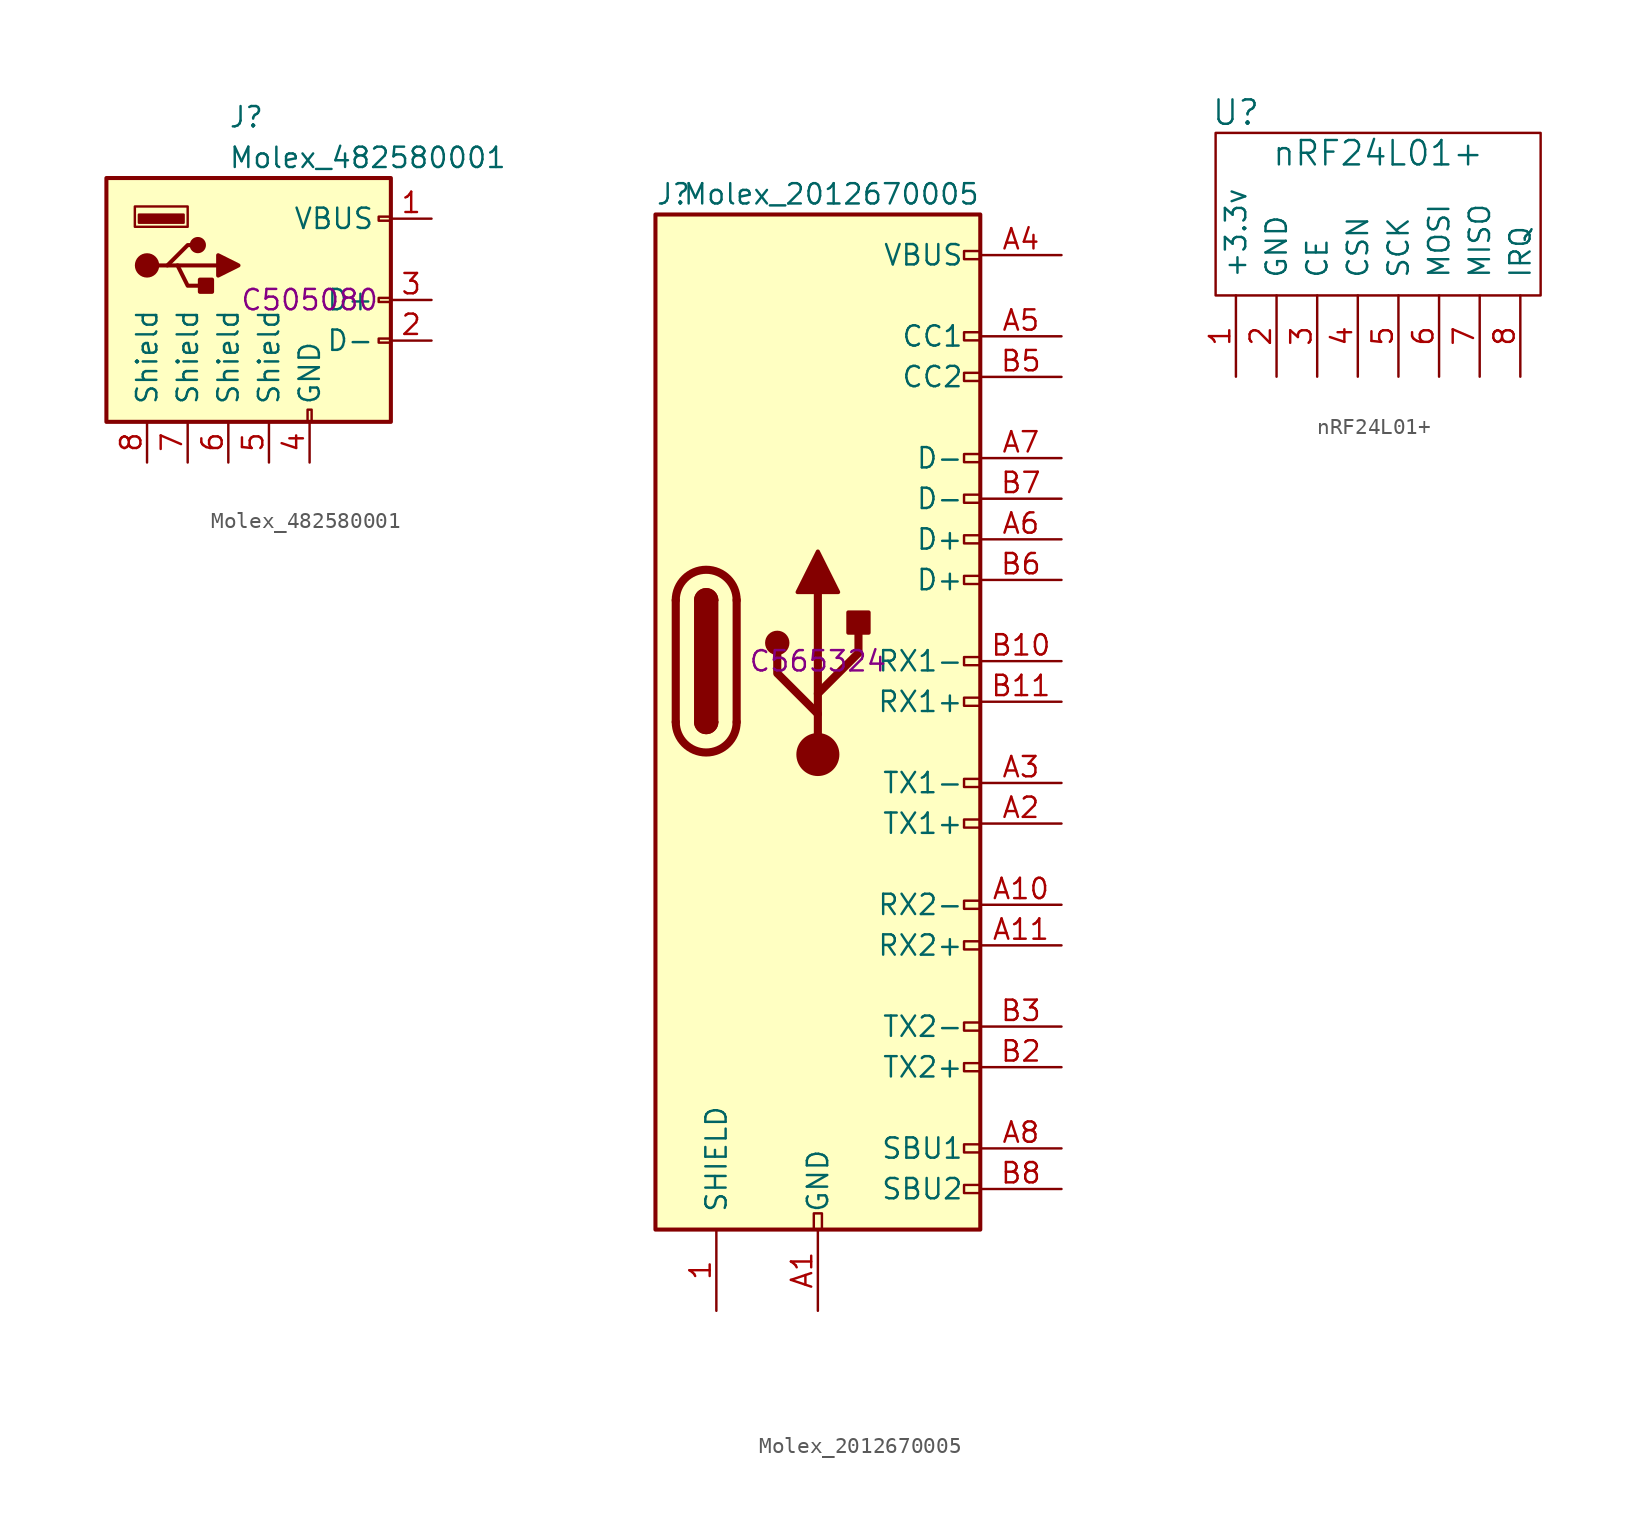
<source format=kicad_sym>
(kicad_symbol_lib
  (version 20231120)
  (generator "kicad_symbol_editor")
  (generator_version "8.0")
  (symbol "Molex_482580001"
    (pin_names
      (offset 1.016))
    (property "Reference" "J"
      (at -5.08 11.43 0)
      (effects (font (size 1.27 1.27)) (justify left)))
    (property "Value" "Molex_482580001"
      (at -5.08 8.89 0)
      (effects (font (size 1.27 1.27)) (justify left)))
    (property "LCSC" "C505080"
      (at 0 0 0)
      (effects (font (size 1.27 1.27))))
    (symbol "Molex_482580001_0_1"
      (rectangle (start -12.7 7.62) (end 5.08 -7.62) (stroke (width 0.254) (type default)) (fill (type background)))
      (circle (center -10.16 2.159) (radius 0.635) (stroke (width 0.254) (type default)) (fill (type outline)))
      (rectangle (start -7.874 4.826) (end -10.668 5.334) (stroke (width 0) (type default)) (fill (type outline)))
      (rectangle (start -7.62 4.572) (end -10.922 5.842) (stroke (width 0) (type default)) (fill (type none)))
      (circle (center -6.985 3.429) (radius 0.381) (stroke (width 0.254) (type default)) (fill (type outline)))
      (rectangle (start -6.096 1.27) (end -6.858 0.508) (stroke (width 0.254) (type default)) (fill (type outline)))
      (rectangle (start -0.127 -7.62) (end 0.127 -6.858) (stroke (width 0) (type default)) (fill (type none)))
      (polyline (pts (xy -9.525 2.159) (xy -8.89 2.159) (xy -7.62 3.429) (xy -6.985 3.429)) (stroke (width 0.254) (type default)) (fill (type none)))
      (polyline (pts (xy -8.89 2.159) (xy -8.255 2.159) (xy -7.62 0.889) (xy -6.35 0.889)) (stroke (width 0.254) (type default)) (fill (type none)))
      (polyline (pts (xy -5.715 2.794) (xy -5.715 1.524) (xy -4.445 2.159) (xy -5.715 2.794)) (stroke (width 0.254) (type default)) (fill (type outline)))
      (rectangle (start 5.08 -2.667) (end 4.318 -2.413) (stroke (width 0) (type default)) (fill (type none)))
      (rectangle (start 5.08 -0.127) (end 4.318 0.127) (stroke (width 0) (type default)) (fill (type none)))
      (rectangle (start 5.08 4.953) (end 4.318 5.207) (stroke (width 0) (type default)) (fill (type none))))
    (symbol "Molex_482580001_1_1"
      (polyline (pts (xy -8.255 2.159) (xy -5.715 2.159)) (stroke (width 0.254) (type default)) (fill (type none)))
      (pin power_in line (at 7.62 5.08 180) (length 2.54) (name "VBUS" (effects (font (size 1.27 1.27)))) (number "1" (effects (font (size 1.27 1.27)))))
      (pin bidirectional line (at 7.62 -2.54 180) (length 2.54) (name "D-" (effects (font (size 1.27 1.27)))) (number "2" (effects (font (size 1.27 1.27)))))
      (pin bidirectional line (at 7.62 0 180) (length 2.54) (name "D+" (effects (font (size 1.27 1.27)))) (number "3" (effects (font (size 1.27 1.27)))))
      (pin power_in line (at 0 -10.16 90) (length 2.54) (name "GND" (effects (font (size 1.27 1.27)))) (number "4" (effects (font (size 1.27 1.27)))))
      (pin passive line (at -2.54 -10.16 90) (length 2.54) (name "Shield" (effects (font (size 1.27 1.27)))) (number "5" (effects (font (size 1.27 1.27)))))
      (pin passive line (at -5.08 -10.16 90) (length 2.54) (name "Shield" (effects (font (size 1.27 1.27)))) (number "6" (effects (font (size 1.27 1.27)))))
      (pin passive line (at -7.62 -10.16 90) (length 2.54) (name "Shield" (effects (font (size 1.27 1.27)))) (number "7" (effects (font (size 1.27 1.27)))))
      (pin passive line (at -10.16 -10.16 90) (length 2.54) (name "Shield" (effects (font (size 1.27 1.27)))) (number "8" (effects (font (size 1.27 1.27)))))))
  (symbol "Molex_2012670005"
    (pin_names
      (offset 1.016))
    (property "Reference" "J"
      (at -10.16 29.21 0)
      (effects (font (size 1.27 1.27)) (justify left)))
    (property "Value" "Molex_2012670005"
      (at 10.16 29.21 0)
      (effects (font (size 1.27 1.27)) (justify right)))
    (property "LCSC" "C565324"
      (at 0 0 0)
      (effects (font (size 1.27 1.27))))
    (symbol "Molex_2012670005_0_0"
      (rectangle (start -0.254 -35.56) (end 0.254 -34.544) (stroke (width 0) (type default)) (fill (type none)))
      (rectangle (start 10.16 -32.766) (end 9.144 -33.274) (stroke (width 0) (type default)) (fill (type none)))
      (rectangle (start 10.16 -30.226) (end 9.144 -30.734) (stroke (width 0) (type default)) (fill (type none)))
      (rectangle (start 10.16 -25.146) (end 9.144 -25.654) (stroke (width 0) (type default)) (fill (type none)))
      (rectangle (start 10.16 -22.606) (end 9.144 -23.114) (stroke (width 0) (type default)) (fill (type none)))
      (rectangle (start 10.16 -17.526) (end 9.144 -18.034) (stroke (width 0) (type default)) (fill (type none)))
      (rectangle (start 10.16 -14.986) (end 9.144 -15.494) (stroke (width 0) (type default)) (fill (type none)))
      (rectangle (start 10.16 -9.906) (end 9.144 -10.414) (stroke (width 0) (type default)) (fill (type none)))
      (rectangle (start 10.16 -7.366) (end 9.144 -7.874) (stroke (width 0) (type default)) (fill (type none)))
      (rectangle (start 10.16 -2.286) (end 9.144 -2.794) (stroke (width 0) (type default)) (fill (type none)))
      (rectangle (start 10.16 0.254) (end 9.144 -0.254) (stroke (width 0) (type default)) (fill (type none)))
      (rectangle (start 10.16 5.334) (end 9.144 4.826) (stroke (width 0) (type default)) (fill (type none)))
      (rectangle (start 10.16 7.874) (end 9.144 7.366) (stroke (width 0) (type default)) (fill (type none)))
      (rectangle (start 10.16 10.414) (end 9.144 9.906) (stroke (width 0) (type default)) (fill (type none)))
      (rectangle (start 10.16 12.954) (end 9.144 12.446) (stroke (width 0) (type default)) (fill (type none)))
      (rectangle (start 10.16 18.034) (end 9.144 17.526) (stroke (width 0) (type default)) (fill (type none)))
      (rectangle (start 10.16 20.574) (end 9.144 20.066) (stroke (width 0) (type default)) (fill (type none)))
      (rectangle (start 10.16 25.654) (end 9.144 25.146) (stroke (width 0) (type default)) (fill (type none))))
    (symbol "Molex_2012670005_0_1"
      (rectangle (start -10.16 27.94) (end 10.16 -35.56) (stroke (width 0.254) (type default)) (fill (type background)))
      (arc (start -8.89 -3.81) (mid -6.985 -5.7067) (end -5.08 -3.81) (stroke (width 0.508) (type default)) (fill (type none)))
      (arc (start -7.62 -3.81) (mid -6.985 -4.4423) (end -6.35 -3.81) (stroke (width 0.254) (type default)) (fill (type none)))
      (arc (start -7.62 -3.81) (mid -6.985 -4.4423) (end -6.35 -3.81) (stroke (width 0.254) (type default)) (fill (type outline)))
      (rectangle (start -7.62 -3.81) (end -6.35 3.81) (stroke (width 0.254) (type default)) (fill (type outline)))
      (arc (start -6.35 3.81) (mid -6.985 4.4423) (end -7.62 3.81) (stroke (width 0.254) (type default)) (fill (type none)))
      (arc (start -6.35 3.81) (mid -6.985 4.4423) (end -7.62 3.81) (stroke (width 0.254) (type default)) (fill (type outline)))
      (arc (start -5.08 3.81) (mid -6.985 5.7067) (end -8.89 3.81) (stroke (width 0.508) (type default)) (fill (type none)))
      (polyline (pts (xy -8.89 -3.81) (xy -8.89 3.81)) (stroke (width 0.508) (type default)) (fill (type none)))
      (polyline (pts (xy -5.08 3.81) (xy -5.08 -3.81)) (stroke (width 0.508) (type default)) (fill (type none))))
    (symbol "Molex_2012670005_1_1"
      (circle (center -2.54 1.143) (radius 0.635) (stroke (width 0.254) (type default)) (fill (type outline)))
      (circle (center 0 -5.842) (radius 1.27) (stroke (width 0) (type default)) (fill (type outline)))
      (polyline (pts (xy 0 -5.842) (xy 0 4.318)) (stroke (width 0.508) (type default)) (fill (type none)))
      (polyline (pts (xy 0 -3.302) (xy -2.54 -0.762) (xy -2.54 0.508)) (stroke (width 0.508) (type default)) (fill (type none)))
      (polyline (pts (xy 0 -2.032) (xy 2.54 0.508) (xy 2.54 1.778)) (stroke (width 0.508) (type default)) (fill (type none)))
      (polyline (pts (xy -1.27 4.318) (xy 0 6.858) (xy 1.27 4.318) (xy -1.27 4.318)) (stroke (width 0.254) (type default)) (fill (type outline)))
      (rectangle (start 1.905 1.778) (end 3.175 3.048) (stroke (width 0.254) (type default)) (fill (type outline)))
      (pin passive line (at -6.35 -40.64 90) (length 5.08) (name "SHIELD" (effects (font (size 1.27 1.27)))) (number "1" (effects (font (size 1.27 1.27)))))
      (pin passive line (at -6.35 -40.64 90) (length 5.08) hide (name "SHIELD" (effects (font (size 1.27 1.27)))) (number "2" (effects (font (size 1.27 1.27)))))
      (pin passive line (at -6.35 -40.64 90) (length 5.08) hide (name "SHIELD" (effects (font (size 1.27 1.27)))) (number "3" (effects (font (size 1.27 1.27)))))
      (pin passive line (at -6.35 -40.64 90) (length 5.08) hide (name "SHIELD" (effects (font (size 1.27 1.27)))) (number "4" (effects (font (size 1.27 1.27)))))
      (pin passive line (at 0 -40.64 90) (length 5.08) (name "GND" (effects (font (size 1.27 1.27)))) (number "A1" (effects (font (size 1.27 1.27)))))
      (pin bidirectional line (at 15.24 -15.24 180) (length 5.08) (name "RX2-" (effects (font (size 1.27 1.27)))) (number "A10" (effects (font (size 1.27 1.27)))))
      (pin bidirectional line (at 15.24 -17.78 180) (length 5.08) (name "RX2+" (effects (font (size 1.27 1.27)))) (number "A11" (effects (font (size 1.27 1.27)))))
      (pin passive line (at 0 -40.64 90) (length 5.08) hide (name "GND" (effects (font (size 1.27 1.27)))) (number "A12" (effects (font (size 1.27 1.27)))))
      (pin bidirectional line (at 15.24 -10.16 180) (length 5.08) (name "TX1+" (effects (font (size 1.27 1.27)))) (number "A2" (effects (font (size 1.27 1.27)))))
      (pin bidirectional line (at 15.24 -7.62 180) (length 5.08) (name "TX1-" (effects (font (size 1.27 1.27)))) (number "A3" (effects (font (size 1.27 1.27)))))
      (pin passive line (at 15.24 25.4 180) (length 5.08) (name "VBUS" (effects (font (size 1.27 1.27)))) (number "A4" (effects (font (size 1.27 1.27)))))
      (pin bidirectional line (at 15.24 20.32 180) (length 5.08) (name "CC1" (effects (font (size 1.27 1.27)))) (number "A5" (effects (font (size 1.27 1.27)))))
      (pin bidirectional line (at 15.24 7.62 180) (length 5.08) (name "D+" (effects (font (size 1.27 1.27)))) (number "A6" (effects (font (size 1.27 1.27)))))
      (pin bidirectional line (at 15.24 12.7 180) (length 5.08) (name "D-" (effects (font (size 1.27 1.27)))) (number "A7" (effects (font (size 1.27 1.27)))))
      (pin bidirectional line (at 15.24 -30.48 180) (length 5.08) (name "SBU1" (effects (font (size 1.27 1.27)))) (number "A8" (effects (font (size 1.27 1.27)))))
      (pin passive line (at 15.24 25.4 180) (length 5.08) hide (name "VBUS" (effects (font (size 1.27 1.27)))) (number "A9" (effects (font (size 1.27 1.27)))))
      (pin passive line (at 0 -40.64 90) (length 5.08) hide (name "GND" (effects (font (size 1.27 1.27)))) (number "B1" (effects (font (size 1.27 1.27)))))
      (pin bidirectional line (at 15.24 0 180) (length 5.08) (name "RX1-" (effects (font (size 1.27 1.27)))) (number "B10" (effects (font (size 1.27 1.27)))))
      (pin bidirectional line (at 15.24 -2.54 180) (length 5.08) (name "RX1+" (effects (font (size 1.27 1.27)))) (number "B11" (effects (font (size 1.27 1.27)))))
      (pin passive line (at 0 -40.64 90) (length 5.08) hide (name "GND" (effects (font (size 1.27 1.27)))) (number "B12" (effects (font (size 1.27 1.27)))))
      (pin bidirectional line (at 15.24 -25.4 180) (length 5.08) (name "TX2+" (effects (font (size 1.27 1.27)))) (number "B2" (effects (font (size 1.27 1.27)))))
      (pin bidirectional line (at 15.24 -22.86 180) (length 5.08) (name "TX2-" (effects (font (size 1.27 1.27)))) (number "B3" (effects (font (size 1.27 1.27)))))
      (pin passive line (at 15.24 25.4 180) (length 5.08) hide (name "VBUS" (effects (font (size 1.27 1.27)))) (number "B4" (effects (font (size 1.27 1.27)))))
      (pin bidirectional line (at 15.24 17.78 180) (length 5.08) (name "CC2" (effects (font (size 1.27 1.27)))) (number "B5" (effects (font (size 1.27 1.27)))))
      (pin bidirectional line (at 15.24 5.08 180) (length 5.08) (name "D+" (effects (font (size 1.27 1.27)))) (number "B6" (effects (font (size 1.27 1.27)))))
      (pin bidirectional line (at 15.24 10.16 180) (length 5.08) (name "D-" (effects (font (size 1.27 1.27)))) (number "B7" (effects (font (size 1.27 1.27)))))
      (pin bidirectional line (at 15.24 -33.02 180) (length 5.08) (name "SBU2" (effects (font (size 1.27 1.27)))) (number "B8" (effects (font (size 1.27 1.27)))))
      (pin passive line (at 15.24 25.4 180) (length 5.08) hide (name "VBUS" (effects (font (size 1.27 1.27)))) (number "B9" (effects (font (size 1.27 1.27)))))))
  (symbol "nRF24L01+"
    (pin_names
      (offset 1.016))
    (property "Reference" "U"
      (at -8.89 6.35 0)
      (effects (font (size 1.524 1.524))))
    (property "Value" "nRF24L01+"
      (at 0 3.81 0)
      (effects (font (size 1.524 1.524))))
    (property "Footprint" ""
      (at -3.81 -5.08 0)
      (effects (font (size 1.524 1.524))))
    (property "Datasheet" ""
      (at -3.81 -5.08 0)
      (effects (font (size 1.524 1.524))))
    (symbol "nRF24L01+_0_1"
      (rectangle (start -10.16 5.08) (end 10.16 -5.08) (stroke (width 0) (type default)) (fill (type none))))
    (symbol "nRF24L01+_1_1"
      (pin bidirectional line (at -8.89 -10.16 90) (length 5.08) (name "+3.3v" (effects (font (size 1.27 1.27)))) (number "1" (effects (font (size 1.27 1.27)))))
      (pin bidirectional line (at -6.35 -10.16 90) (length 5.08) (name "GND" (effects (font (size 1.27 1.27)))) (number "2" (effects (font (size 1.27 1.27)))))
      (pin bidirectional line (at -3.81 -10.16 90) (length 5.08) (name "CE" (effects (font (size 1.27 1.27)))) (number "3" (effects (font (size 1.27 1.27)))))
      (pin bidirectional line (at -1.27 -10.16 90) (length 5.08) (name "CSN" (effects (font (size 1.27 1.27)))) (number "4" (effects (font (size 1.27 1.27)))))
      (pin bidirectional line (at 1.27 -10.16 90) (length 5.08) (name "SCK" (effects (font (size 1.27 1.27)))) (number "5" (effects (font (size 1.27 1.27)))))
      (pin bidirectional line (at 3.81 -10.16 90) (length 5.08) (name "MOSI" (effects (font (size 1.27 1.27)))) (number "6" (effects (font (size 1.27 1.27)))))
      (pin bidirectional line (at 6.35 -10.16 90) (length 5.08) (name "MISO" (effects (font (size 1.27 1.27)))) (number "7" (effects (font (size 1.27 1.27)))))
      (pin bidirectional line (at 8.89 -10.16 90) (length 5.08) (name "IRQ" (effects (font (size 1.27 1.27)))) (number "8" (effects (font (size 1.27 1.27))))))))
</source>
